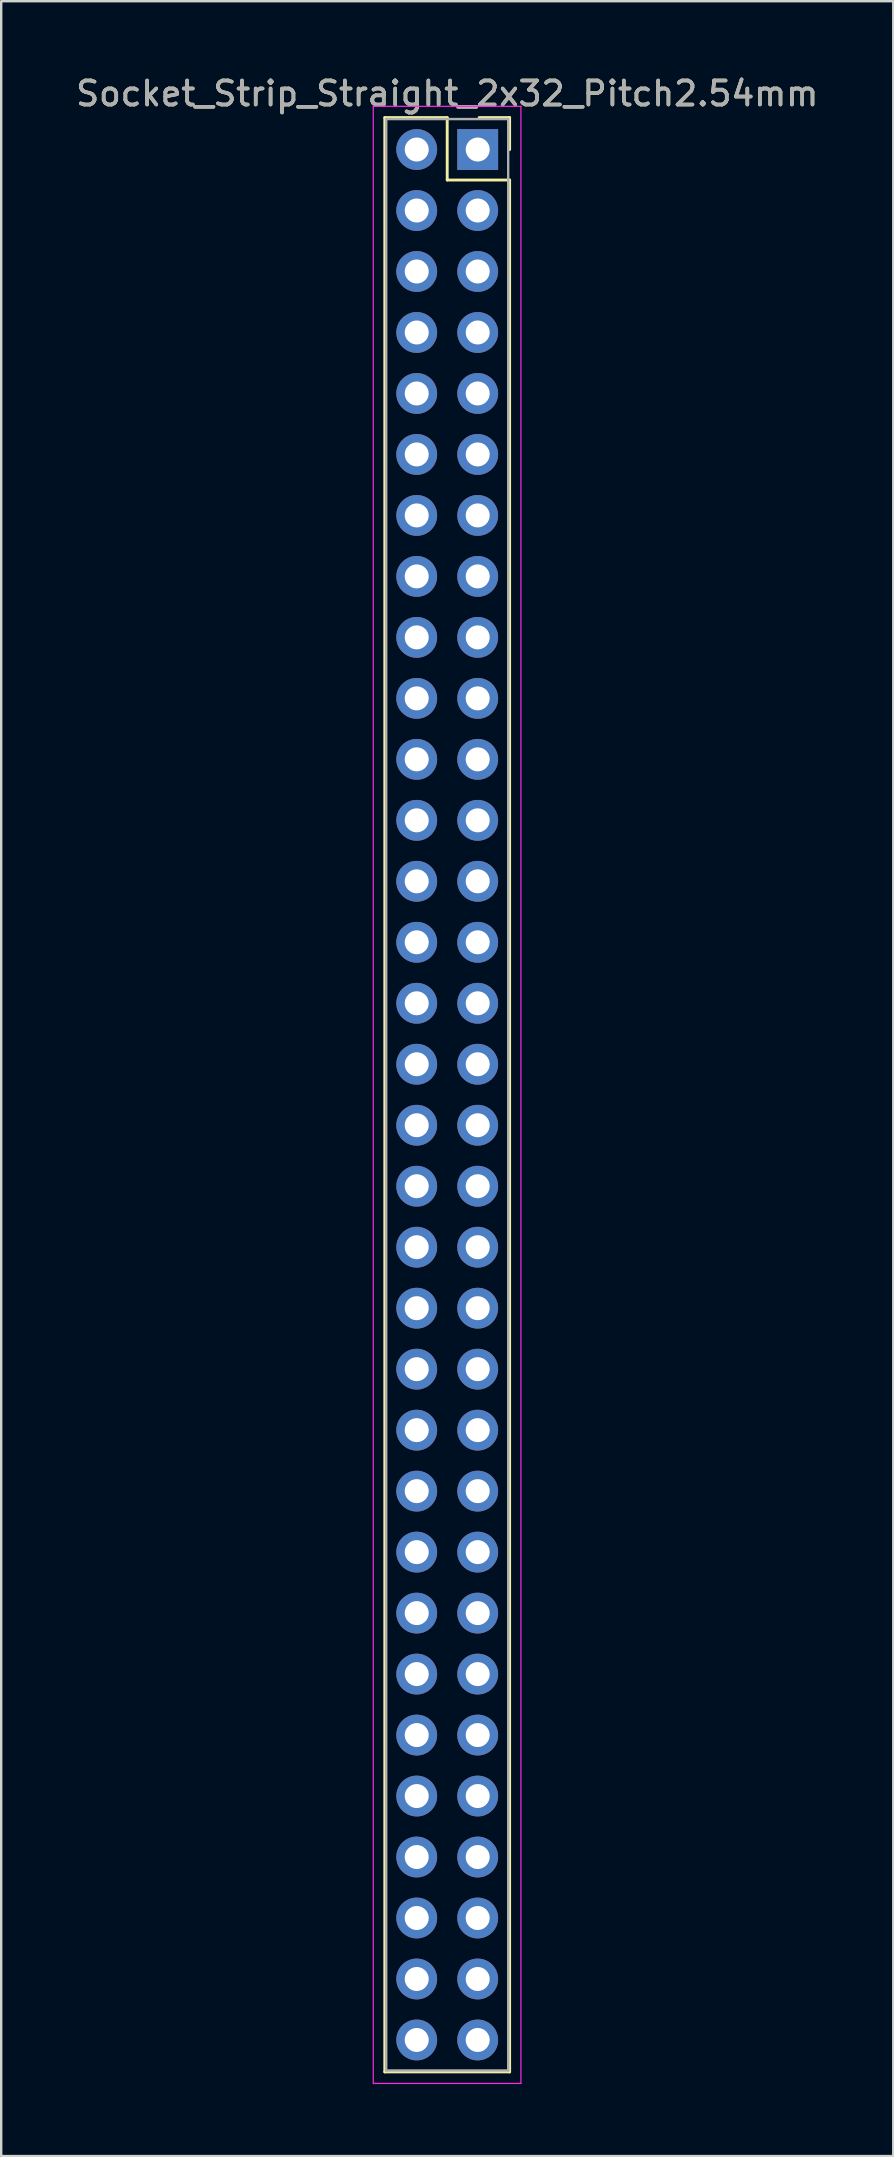
<source format=kicad_pcb>
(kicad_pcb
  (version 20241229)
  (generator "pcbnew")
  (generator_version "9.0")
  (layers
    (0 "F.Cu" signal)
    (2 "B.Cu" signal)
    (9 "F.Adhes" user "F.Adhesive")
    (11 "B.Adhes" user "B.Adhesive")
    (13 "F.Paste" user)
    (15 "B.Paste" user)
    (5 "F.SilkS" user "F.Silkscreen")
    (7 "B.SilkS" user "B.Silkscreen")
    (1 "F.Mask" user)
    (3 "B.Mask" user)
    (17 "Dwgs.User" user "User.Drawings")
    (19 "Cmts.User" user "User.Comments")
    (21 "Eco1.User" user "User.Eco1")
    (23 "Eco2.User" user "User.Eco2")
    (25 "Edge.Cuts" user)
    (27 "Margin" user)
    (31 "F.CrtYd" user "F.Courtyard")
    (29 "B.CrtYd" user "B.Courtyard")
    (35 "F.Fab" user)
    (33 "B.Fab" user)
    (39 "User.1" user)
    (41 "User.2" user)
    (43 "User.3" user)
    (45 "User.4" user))
  (footprint "Socket_Strip_Straight_2x32_Pitch2.54mm"
    (layer "F.Cu")
    (at 16.847 3.178)
    (property "Reference" "Socket_Strip_Straight_2x32_Pitch2.54mm" (at -1.27 -2.33 0) (layer "F.SilkS") (effects (font (size 1 1) (thickness 0.15))))
    (attr through_hole)
    (fp_line (start -3.87 -1.33) (end -1.27 -1.33) (stroke (width 0.12) (type solid)) (layer "F.SilkS"))
    (fp_line (start -3.87 80.07) (end -3.87 -1.33) (stroke (width 0.12) (type solid)) (layer "F.SilkS"))
    (fp_line (start -1.27 -1.33) (end -1.27 1.27) (stroke (width 0.12) (type solid)) (layer "F.SilkS"))
    (fp_line (start -1.27 1.27) (end 1.33 1.27) (stroke (width 0.12) (type solid)) (layer "F.SilkS"))
    (fp_line (start 1.33 -1.33) (end 0.06 -1.33) (stroke (width 0.12) (type solid)) (layer "F.SilkS"))
    (fp_line (start 1.33 0) (end 1.33 -1.33) (stroke (width 0.12) (type solid)) (layer "F.SilkS"))
    (fp_line (start 1.33 1.27) (end 1.33 80.07) (stroke (width 0.12) (type solid)) (layer "F.SilkS"))
    (fp_line (start 1.33 80.07) (end -3.87 80.07) (stroke (width 0.12) (type solid)) (layer "F.SilkS"))
    (fp_line (start -4.35 -1.8) (end -4.35 80.55) (stroke (width 0.05) (type solid)) (layer "F.CrtYd"))
    (fp_line (start -4.35 80.55) (end 1.8 80.55) (stroke (width 0.05) (type solid)) (layer "F.CrtYd"))
    (fp_line (start 1.8 -1.8) (end -4.35 -1.8) (stroke (width 0.05) (type solid)) (layer "F.CrtYd"))
    (fp_line (start 1.8 80.55) (end 1.8 -1.8) (stroke (width 0.05) (type solid)) (layer "F.CrtYd"))
    (fp_line (start -3.81 -1.27) (end -3.81 80.01) (stroke (width 0.1) (type solid)) (layer "F.Fab"))
    (fp_line (start -3.81 80.01) (end 1.27 80.01) (stroke (width 0.1) (type solid)) (layer "F.Fab"))
    (fp_line (start 1.27 -1.27) (end -3.81 -1.27) (stroke (width 0.1) (type solid)) (layer "F.Fab"))
    (fp_line (start 1.27 80.01) (end 1.27 -1.27) (stroke (width 0.1) (type solid)) (layer "F.Fab"))
    (fp_text user "${REFERENCE}" (at -1.27 -2.33 0) (layer "F.Fab") (effects (font (size 1 1) (thickness 0.15))))
    (pad "1" thru_hole rect (at 0 0) (size 1.7 1.7) (drill 1) (layers "*.Cu" "*.Mask"))
    (pad "2" thru_hole oval (at -2.54 0) (size 1.7 1.7) (drill 1) (layers "*.Cu" "*.Mask"))
    (pad "3" thru_hole oval (at 0 2.54) (size 1.7 1.7) (drill 1) (layers "*.Cu" "*.Mask"))
    (pad "4" thru_hole oval (at -2.54 2.54) (size 1.7 1.7) (drill 1) (layers "*.Cu" "*.Mask"))
    (pad "5" thru_hole oval (at 0 5.08) (size 1.7 1.7) (drill 1) (layers "*.Cu" "*.Mask"))
    (pad "6" thru_hole oval (at -2.54 5.08) (size 1.7 1.7) (drill 1) (layers "*.Cu" "*.Mask"))
    (pad "7" thru_hole oval (at 0 7.62) (size 1.7 1.7) (drill 1) (layers "*.Cu" "*.Mask"))
    (pad "8" thru_hole oval (at -2.54 7.62) (size 1.7 1.7) (drill 1) (layers "*.Cu" "*.Mask"))
    (pad "9" thru_hole oval (at 0 10.16) (size 1.7 1.7) (drill 1) (layers "*.Cu" "*.Mask"))
    (pad "10" thru_hole oval (at -2.54 10.16) (size 1.7 1.7) (drill 1) (layers "*.Cu" "*.Mask"))
    (pad "11" thru_hole oval (at 0 12.7) (size 1.7 1.7) (drill 1) (layers "*.Cu" "*.Mask"))
    (pad "12" thru_hole oval (at -2.54 12.7) (size 1.7 1.7) (drill 1) (layers "*.Cu" "*.Mask"))
    (pad "13" thru_hole oval (at 0 15.24) (size 1.7 1.7) (drill 1) (layers "*.Cu" "*.Mask"))
    (pad "14" thru_hole oval (at -2.54 15.24) (size 1.7 1.7) (drill 1) (layers "*.Cu" "*.Mask"))
    (pad "15" thru_hole oval (at 0 17.78) (size 1.7 1.7) (drill 1) (layers "*.Cu" "*.Mask"))
    (pad "16" thru_hole oval (at -2.54 17.78) (size 1.7 1.7) (drill 1) (layers "*.Cu" "*.Mask"))
    (pad "17" thru_hole oval (at 0 20.32) (size 1.7 1.7) (drill 1) (layers "*.Cu" "*.Mask"))
    (pad "18" thru_hole oval (at -2.54 20.32) (size 1.7 1.7) (drill 1) (layers "*.Cu" "*.Mask"))
    (pad "19" thru_hole oval (at 0 22.86) (size 1.7 1.7) (drill 1) (layers "*.Cu" "*.Mask"))
    (pad "20" thru_hole oval (at -2.54 22.86) (size 1.7 1.7) (drill 1) (layers "*.Cu" "*.Mask"))
    (pad "21" thru_hole oval (at 0 25.4) (size 1.7 1.7) (drill 1) (layers "*.Cu" "*.Mask"))
    (pad "22" thru_hole oval (at -2.54 25.4) (size 1.7 1.7) (drill 1) (layers "*.Cu" "*.Mask"))
    (pad "23" thru_hole oval (at 0 27.94) (size 1.7 1.7) (drill 1) (layers "*.Cu" "*.Mask"))
    (pad "24" thru_hole oval (at -2.54 27.94) (size 1.7 1.7) (drill 1) (layers "*.Cu" "*.Mask"))
    (pad "25" thru_hole oval (at 0 30.48) (size 1.7 1.7) (drill 1) (layers "*.Cu" "*.Mask"))
    (pad "26" thru_hole oval (at -2.54 30.48) (size 1.7 1.7) (drill 1) (layers "*.Cu" "*.Mask"))
    (pad "27" thru_hole oval (at 0 33.02) (size 1.7 1.7) (drill 1) (layers "*.Cu" "*.Mask"))
    (pad "28" thru_hole oval (at -2.54 33.02) (size 1.7 1.7) (drill 1) (layers "*.Cu" "*.Mask"))
    (pad "29" thru_hole oval (at 0 35.56) (size 1.7 1.7) (drill 1) (layers "*.Cu" "*.Mask"))
    (pad "30" thru_hole oval (at -2.54 35.56) (size 1.7 1.7) (drill 1) (layers "*.Cu" "*.Mask"))
    (pad "31" thru_hole oval (at 0 38.1) (size 1.7 1.7) (drill 1) (layers "*.Cu" "*.Mask"))
    (pad "32" thru_hole oval (at -2.54 38.1) (size 1.7 1.7) (drill 1) (layers "*.Cu" "*.Mask"))
    (pad "33" thru_hole oval (at 0 40.64) (size 1.7 1.7) (drill 1) (layers "*.Cu" "*.Mask"))
    (pad "34" thru_hole oval (at -2.54 40.64) (size 1.7 1.7) (drill 1) (layers "*.Cu" "*.Mask"))
    (pad "35" thru_hole oval (at 0 43.18) (size 1.7 1.7) (drill 1) (layers "*.Cu" "*.Mask"))
    (pad "36" thru_hole oval (at -2.54 43.18) (size 1.7 1.7) (drill 1) (layers "*.Cu" "*.Mask"))
    (pad "37" thru_hole oval (at 0 45.72) (size 1.7 1.7) (drill 1) (layers "*.Cu" "*.Mask"))
    (pad "38" thru_hole oval (at -2.54 45.72) (size 1.7 1.7) (drill 1) (layers "*.Cu" "*.Mask"))
    (pad "39" thru_hole oval (at 0 48.26) (size 1.7 1.7) (drill 1) (layers "*.Cu" "*.Mask"))
    (pad "40" thru_hole oval (at -2.54 48.26) (size 1.7 1.7) (drill 1) (layers "*.Cu" "*.Mask"))
    (pad "41" thru_hole oval (at 0 50.8) (size 1.7 1.7) (drill 1) (layers "*.Cu" "*.Mask"))
    (pad "42" thru_hole oval (at -2.54 50.8) (size 1.7 1.7) (drill 1) (layers "*.Cu" "*.Mask"))
    (pad "43" thru_hole oval (at 0 53.34) (size 1.7 1.7) (drill 1) (layers "*.Cu" "*.Mask"))
    (pad "44" thru_hole oval (at -2.54 53.34) (size 1.7 1.7) (drill 1) (layers "*.Cu" "*.Mask"))
    (pad "45" thru_hole oval (at 0 55.88) (size 1.7 1.7) (drill 1) (layers "*.Cu" "*.Mask"))
    (pad "46" thru_hole oval (at -2.54 55.88) (size 1.7 1.7) (drill 1) (layers "*.Cu" "*.Mask"))
    (pad "47" thru_hole oval (at 0 58.42) (size 1.7 1.7) (drill 1) (layers "*.Cu" "*.Mask"))
    (pad "48" thru_hole oval (at -2.54 58.42) (size 1.7 1.7) (drill 1) (layers "*.Cu" "*.Mask"))
    (pad "49" thru_hole oval (at 0 60.96) (size 1.7 1.7) (drill 1) (layers "*.Cu" "*.Mask"))
    (pad "50" thru_hole oval (at -2.54 60.96) (size 1.7 1.7) (drill 1) (layers "*.Cu" "*.Mask"))
    (pad "51" thru_hole oval (at 0 63.5) (size 1.7 1.7) (drill 1) (layers "*.Cu" "*.Mask"))
    (pad "52" thru_hole oval (at -2.54 63.5) (size 1.7 1.7) (drill 1) (layers "*.Cu" "*.Mask"))
    (pad "53" thru_hole oval (at 0 66.04) (size 1.7 1.7) (drill 1) (layers "*.Cu" "*.Mask"))
    (pad "54" thru_hole oval (at -2.54 66.04) (size 1.7 1.7) (drill 1) (layers "*.Cu" "*.Mask"))
    (pad "55" thru_hole oval (at 0 68.58) (size 1.7 1.7) (drill 1) (layers "*.Cu" "*.Mask"))
    (pad "56" thru_hole oval (at -2.54 68.58) (size 1.7 1.7) (drill 1) (layers "*.Cu" "*.Mask"))
    (pad "57" thru_hole oval (at 0 71.12) (size 1.7 1.7) (drill 1) (layers "*.Cu" "*.Mask"))
    (pad "58" thru_hole oval (at -2.54 71.12) (size 1.7 1.7) (drill 1) (layers "*.Cu" "*.Mask"))
    (pad "59" thru_hole oval (at 0 73.66) (size 1.7 1.7) (drill 1) (layers "*.Cu" "*.Mask"))
    (pad "60" thru_hole oval (at -2.54 73.66) (size 1.7 1.7) (drill 1) (layers "*.Cu" "*.Mask"))
    (pad "61" thru_hole oval (at 0 76.2) (size 1.7 1.7) (drill 1) (layers "*.Cu" "*.Mask"))
    (pad "62" thru_hole oval (at -2.54 76.2) (size 1.7 1.7) (drill 1) (layers "*.Cu" "*.Mask"))
    (pad "63" thru_hole oval (at 0 78.74) (size 1.7 1.7) (drill 1) (layers "*.Cu" "*.Mask"))
    (pad "64" thru_hole oval (at -2.54 78.74) (size 1.7 1.7) (drill 1) (layers "*.Cu" "*.Mask")))
  (gr_rect
    (start -3 -3)
    (end 34.155 86.753)
    (stroke (width 0.1) (type default))
    (fill no)
    (layer "Edge.Cuts")))
</source>
